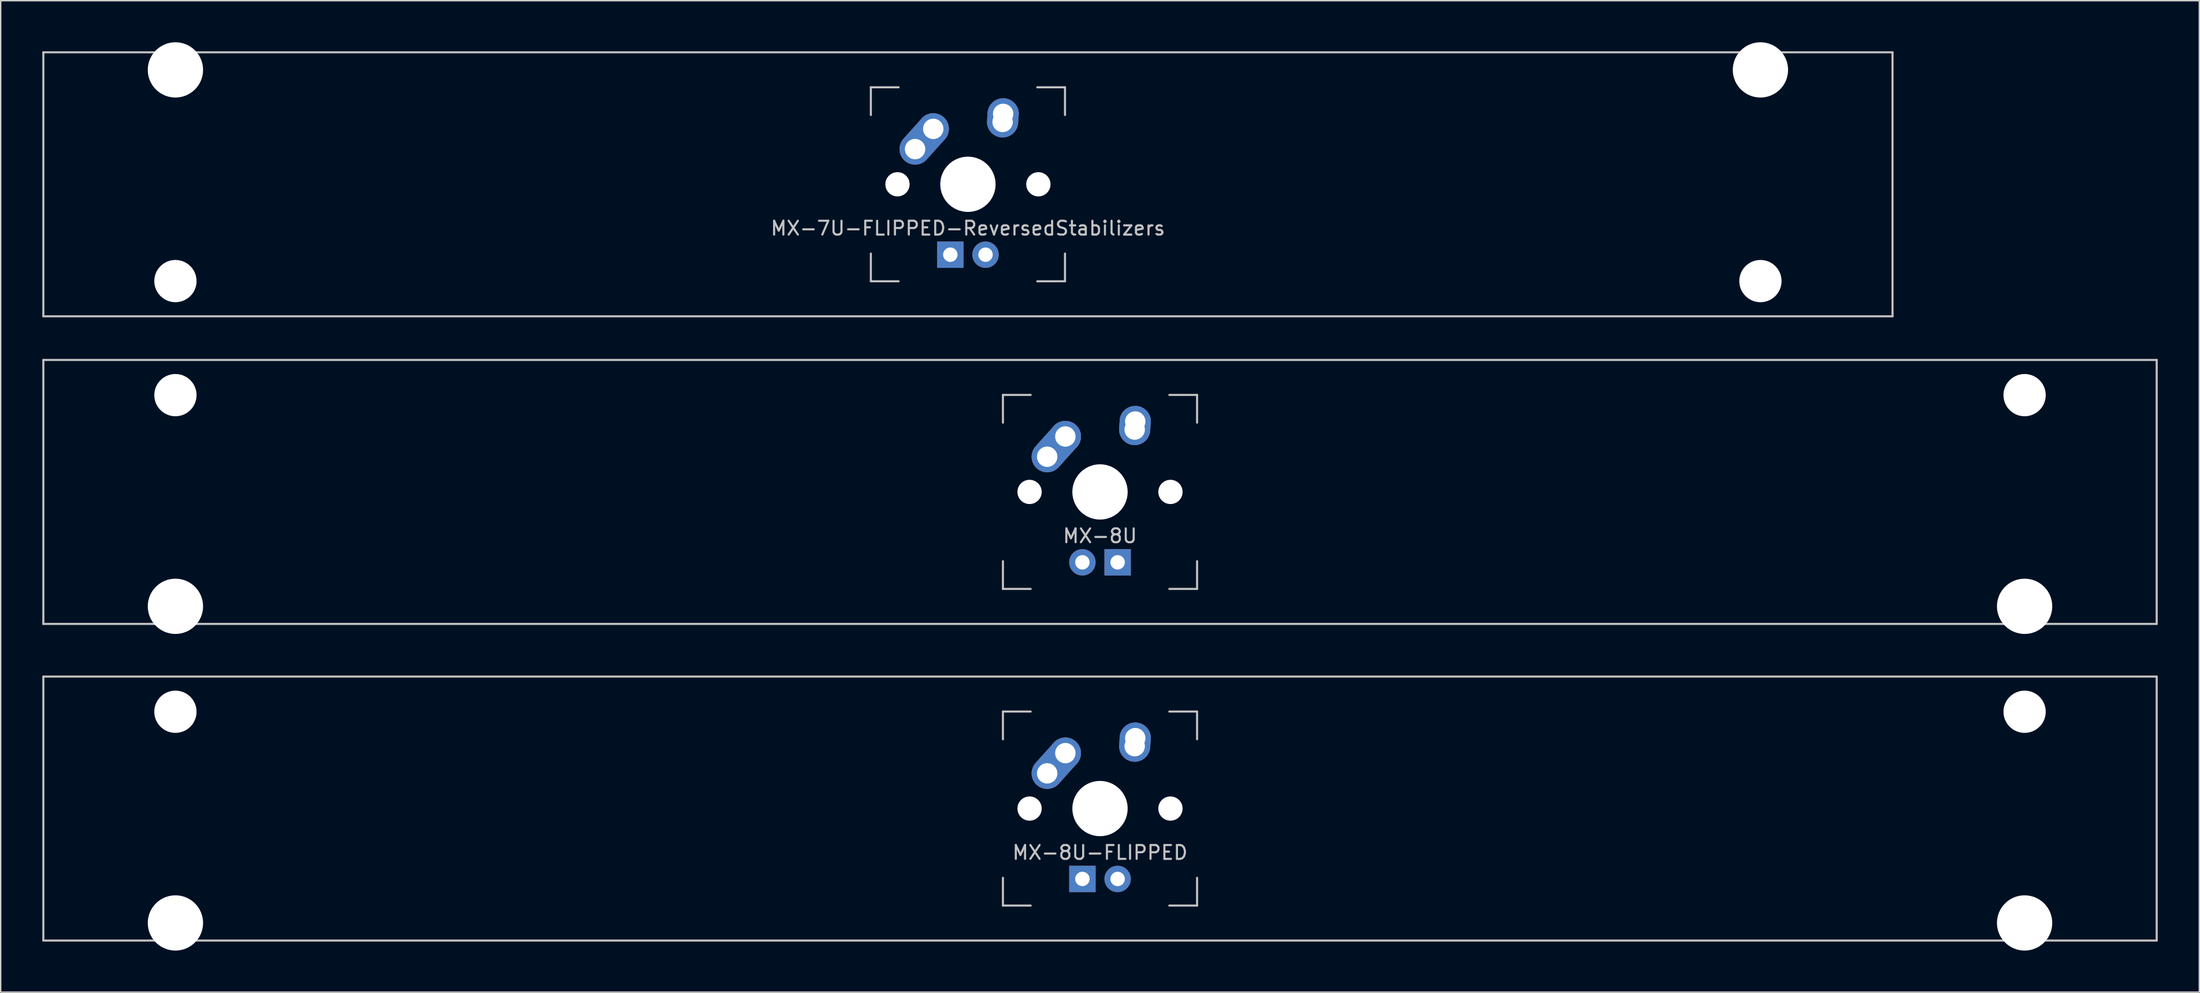
<source format=kicad_pcb>
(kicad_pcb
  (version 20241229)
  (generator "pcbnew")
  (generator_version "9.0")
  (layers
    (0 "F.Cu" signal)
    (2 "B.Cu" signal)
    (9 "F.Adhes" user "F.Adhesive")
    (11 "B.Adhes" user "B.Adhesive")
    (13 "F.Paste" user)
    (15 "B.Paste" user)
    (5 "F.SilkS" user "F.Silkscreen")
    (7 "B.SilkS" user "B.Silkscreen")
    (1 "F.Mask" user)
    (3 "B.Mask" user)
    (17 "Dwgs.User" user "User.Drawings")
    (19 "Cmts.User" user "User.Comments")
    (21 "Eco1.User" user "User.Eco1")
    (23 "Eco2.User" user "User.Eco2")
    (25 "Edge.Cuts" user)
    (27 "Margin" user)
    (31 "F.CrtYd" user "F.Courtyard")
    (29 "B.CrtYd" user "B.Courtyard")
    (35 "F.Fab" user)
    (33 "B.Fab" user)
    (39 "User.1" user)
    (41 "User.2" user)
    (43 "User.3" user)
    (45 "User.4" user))
  (footprint "MX-8U-FLIPPED"
    (layer "F.Cu")
    (at 76.275 55.298)
    (property "Reference" "MX-8U-FLIPPED" (at 0 3.175 0) (layer "Dwgs.User") (effects (font (size 1 1) (thickness 0.15))))
    (attr through_hole)
    (fp_line (start -76.2 -9.525) (end 76.2 -9.525) (stroke (width 0.15) (type solid)) (layer "Dwgs.User"))
    (fp_line (start -76.2 9.525) (end -76.2 -9.525) (stroke (width 0.15) (type solid)) (layer "Dwgs.User"))
    (fp_line (start -76.2 9.525) (end 76.2 9.525) (stroke (width 0.15) (type solid)) (layer "Dwgs.User"))
    (fp_line (start -7 -7) (end -7 -5) (stroke (width 0.15) (type solid)) (layer "Dwgs.User"))
    (fp_line (start -7 5) (end -7 7) (stroke (width 0.15) (type solid)) (layer "Dwgs.User"))
    (fp_line (start -7 7) (end -5 7) (stroke (width 0.15) (type solid)) (layer "Dwgs.User"))
    (fp_line (start -5 -7) (end -7 -7) (stroke (width 0.15) (type solid)) (layer "Dwgs.User"))
    (fp_line (start 5 -7) (end 7 -7) (stroke (width 0.15) (type solid)) (layer "Dwgs.User"))
    (fp_line (start 5 7) (end 7 7) (stroke (width 0.15) (type solid)) (layer "Dwgs.User"))
    (fp_line (start 7 -7) (end 7 -5) (stroke (width 0.15) (type solid)) (layer "Dwgs.User"))
    (fp_line (start 7 7) (end 7 5) (stroke (width 0.15) (type solid)) (layer "Dwgs.User"))
    (fp_line (start 76.2 -9.525) (end 76.2 9.525) (stroke (width 0.15) (type solid)) (layer "Dwgs.User"))
    (pad "" np_thru_hole circle (at -66.675 -6.985) (size 3.048 3.048) (drill 3.048) (layers "*.Cu" "*.Mask"))
    (pad "" np_thru_hole circle (at -66.675 8.255) (size 3.988 3.988) (drill 3.988) (layers "*.Cu" "*.Mask"))
    (pad "" np_thru_hole circle (at -5.08 0 48.1) (size 1.75 1.75) (drill 1.75) (layers "*.Cu" "*.Mask"))
    (pad "" np_thru_hole circle (at 0 0) (size 3.988 3.988) (drill 3.988) (layers "*.Cu" "*.Mask"))
    (pad "" np_thru_hole circle (at 5.08 0 48.1) (size 1.75 1.75) (drill 1.75) (layers "*.Cu" "*.Mask"))
    (pad "" np_thru_hole circle (at 66.675 -6.985) (size 3.048 3.048) (drill 3.048) (layers "*.Cu" "*.Mask"))
    (pad "" np_thru_hole circle (at 66.675 8.255) (size 3.988 3.988) (drill 3.988) (layers "*.Cu" "*.Mask"))
    (pad "1" thru_hole oval (at -3.81 -2.54 48.1) (size 4.212 2.25) (drill 1.47 (offset 0.981 0)) (layers "*.Cu" "*.Mask"))
    (pad "1" thru_hole circle (at -2.5 -4) (size 2.25 2.25) (drill 1.47) (layers "*.Cu" "*.Mask"))
    (pad "2" thru_hole oval (at 2.5 -4.5 86.055) (size 2.831 2.25) (drill 1.47 (offset 0.291 0)) (layers "*.Cu" "*.Mask"))
    (pad "2" thru_hole circle (at 2.54 -5.08) (size 2.25 2.25) (drill 1.47) (layers "*.Cu" "*.Mask"))
    (pad "3" thru_hole circle (at 1.27 5.08) (size 1.905 1.905) (drill 1.04) (layers "*.Cu" "*.Mask"))
    (pad "4" thru_hole rect (at -1.27 5.08) (size 1.905 1.905) (drill 1.04) (layers "*.Cu" "*.Mask")))
  (footprint "MX-7U-FLIPPED-ReversedStabilizers"
    (layer "F.Cu")
    (at 66.75 10.249)
    (property "Reference" "MX-7U-FLIPPED-ReversedStabilizers" (at 0 3.175 0) (layer "Dwgs.User") (effects (font (size 1 1) (thickness 0.15))))
    (attr through_hole)
    (fp_line (start -66.675 -9.525) (end 66.675 -9.525) (stroke (width 0.15) (type solid)) (layer "Dwgs.User"))
    (fp_line (start -66.675 9.525) (end -66.675 -9.525) (stroke (width 0.15) (type solid)) (layer "Dwgs.User"))
    (fp_line (start -66.675 9.525) (end 66.675 9.525) (stroke (width 0.15) (type solid)) (layer "Dwgs.User"))
    (fp_line (start -7 -7) (end -7 -5) (stroke (width 0.15) (type solid)) (layer "Dwgs.User"))
    (fp_line (start -7 5) (end -7 7) (stroke (width 0.15) (type solid)) (layer "Dwgs.User"))
    (fp_line (start -7 7) (end -5 7) (stroke (width 0.15) (type solid)) (layer "Dwgs.User"))
    (fp_line (start -5 -7) (end -7 -7) (stroke (width 0.15) (type solid)) (layer "Dwgs.User"))
    (fp_line (start 5 -7) (end 7 -7) (stroke (width 0.15) (type solid)) (layer "Dwgs.User"))
    (fp_line (start 5 7) (end 7 7) (stroke (width 0.15) (type solid)) (layer "Dwgs.User"))
    (fp_line (start 7 -7) (end 7 -5) (stroke (width 0.15) (type solid)) (layer "Dwgs.User"))
    (fp_line (start 7 7) (end 7 5) (stroke (width 0.15) (type solid)) (layer "Dwgs.User"))
    (fp_line (start 66.675 -9.525) (end 66.675 9.525) (stroke (width 0.15) (type solid)) (layer "Dwgs.User"))
    (pad "" np_thru_hole circle (at -57.15 -8.255) (size 3.988 3.988) (drill 3.988) (layers "*.Cu" "*.Mask"))
    (pad "" np_thru_hole circle (at -57.15 6.985) (size 3.048 3.048) (drill 3.048) (layers "*.Cu" "*.Mask"))
    (pad "" np_thru_hole circle (at -5.08 0 48.1) (size 1.75 1.75) (drill 1.75) (layers "*.Cu" "*.Mask"))
    (pad "" np_thru_hole circle (at 0 0) (size 3.988 3.988) (drill 3.988) (layers "*.Cu" "*.Mask"))
    (pad "" np_thru_hole circle (at 5.08 0 48.1) (size 1.75 1.75) (drill 1.75) (layers "*.Cu" "*.Mask"))
    (pad "" np_thru_hole circle (at 57.15 -8.255) (size 3.988 3.988) (drill 3.988) (layers "*.Cu" "*.Mask"))
    (pad "" np_thru_hole circle (at 57.15 6.985) (size 3.048 3.048) (drill 3.048) (layers "*.Cu" "*.Mask"))
    (pad "1" thru_hole oval (at -3.81 -2.54 48.1) (size 4.212 2.25) (drill 1.47 (offset 0.981 0)) (layers "*.Cu" "*.Mask"))
    (pad "1" thru_hole circle (at -2.5 -4) (size 2.25 2.25) (drill 1.47) (layers "*.Cu" "*.Mask"))
    (pad "2" thru_hole oval (at 2.5 -4.5 86.055) (size 2.831 2.25) (drill 1.47 (offset 0.291 0)) (layers "*.Cu" "*.Mask"))
    (pad "2" thru_hole circle (at 2.54 -5.08) (size 2.25 2.25) (drill 1.47) (layers "*.Cu" "*.Mask"))
    (pad "3" thru_hole circle (at 1.27 5.08) (size 1.905 1.905) (drill 1.04) (layers "*.Cu" "*.Mask"))
    (pad "4" thru_hole rect (at -1.27 5.08) (size 1.905 1.905) (drill 1.04) (layers "*.Cu" "*.Mask")))
  (footprint "MX-8U"
    (layer "F.Cu")
    (at 76.275 32.449)
    (property "Reference" "MX-8U" (at 0 3.175 0) (layer "Dwgs.User") (effects (font (size 1 1) (thickness 0.15))))
    (attr through_hole)
    (fp_line (start -76.2 -9.525) (end 76.2 -9.525) (stroke (width 0.15) (type solid)) (layer "Dwgs.User"))
    (fp_line (start -76.2 9.525) (end -76.2 -9.525) (stroke (width 0.15) (type solid)) (layer "Dwgs.User"))
    (fp_line (start -76.2 9.525) (end 76.2 9.525) (stroke (width 0.15) (type solid)) (layer "Dwgs.User"))
    (fp_line (start -7 -7) (end -7 -5) (stroke (width 0.15) (type solid)) (layer "Dwgs.User"))
    (fp_line (start -7 5) (end -7 7) (stroke (width 0.15) (type solid)) (layer "Dwgs.User"))
    (fp_line (start -7 7) (end -5 7) (stroke (width 0.15) (type solid)) (layer "Dwgs.User"))
    (fp_line (start -5 -7) (end -7 -7) (stroke (width 0.15) (type solid)) (layer "Dwgs.User"))
    (fp_line (start 5 -7) (end 7 -7) (stroke (width 0.15) (type solid)) (layer "Dwgs.User"))
    (fp_line (start 5 7) (end 7 7) (stroke (width 0.15) (type solid)) (layer "Dwgs.User"))
    (fp_line (start 7 -7) (end 7 -5) (stroke (width 0.15) (type solid)) (layer "Dwgs.User"))
    (fp_line (start 7 7) (end 7 5) (stroke (width 0.15) (type solid)) (layer "Dwgs.User"))
    (fp_line (start 76.2 -9.525) (end 76.2 9.525) (stroke (width 0.15) (type solid)) (layer "Dwgs.User"))
    (pad "" np_thru_hole circle (at -66.675 -6.985) (size 3.048 3.048) (drill 3.048) (layers "*.Cu" "*.Mask"))
    (pad "" np_thru_hole circle (at -66.675 8.255) (size 3.988 3.988) (drill 3.988) (layers "*.Cu" "*.Mask"))
    (pad "" np_thru_hole circle (at -5.08 0 48.1) (size 1.75 1.75) (drill 1.75) (layers "*.Cu" "*.Mask"))
    (pad "" np_thru_hole circle (at 0 0) (size 3.988 3.988) (drill 3.988) (layers "*.Cu" "*.Mask"))
    (pad "" np_thru_hole circle (at 5.08 0 48.1) (size 1.75 1.75) (drill 1.75) (layers "*.Cu" "*.Mask"))
    (pad "" np_thru_hole circle (at 66.675 -6.985) (size 3.048 3.048) (drill 3.048) (layers "*.Cu" "*.Mask"))
    (pad "" np_thru_hole circle (at 66.675 8.255) (size 3.988 3.988) (drill 3.988) (layers "*.Cu" "*.Mask"))
    (pad "1" thru_hole oval (at -3.81 -2.54 48.1) (size 4.212 2.25) (drill 1.47 (offset 0.981 0)) (layers "*.Cu" "*.Mask"))
    (pad "1" thru_hole circle (at -2.5 -4) (size 2.25 2.25) (drill 1.47) (layers "*.Cu" "*.Mask"))
    (pad "2" thru_hole oval (at 2.5 -4.5 86.055) (size 2.831 2.25) (drill 1.47 (offset 0.291 0)) (layers "*.Cu" "*.Mask"))
    (pad "2" thru_hole circle (at 2.54 -5.08) (size 2.25 2.25) (drill 1.47) (layers "*.Cu" "*.Mask"))
    (pad "3" thru_hole circle (at -1.27 5.08) (size 1.905 1.905) (drill 1.04) (layers "*.Cu" "*.Mask"))
    (pad "4" thru_hole rect (at 1.27 5.08) (size 1.905 1.905) (drill 1.04) (layers "*.Cu" "*.Mask")))
  (gr_rect
    (start -3 -3)
    (end 155.55 68.547)
    (stroke (width 0.1) (type default))
    (fill no)
    (layer "Edge.Cuts")))
</source>
